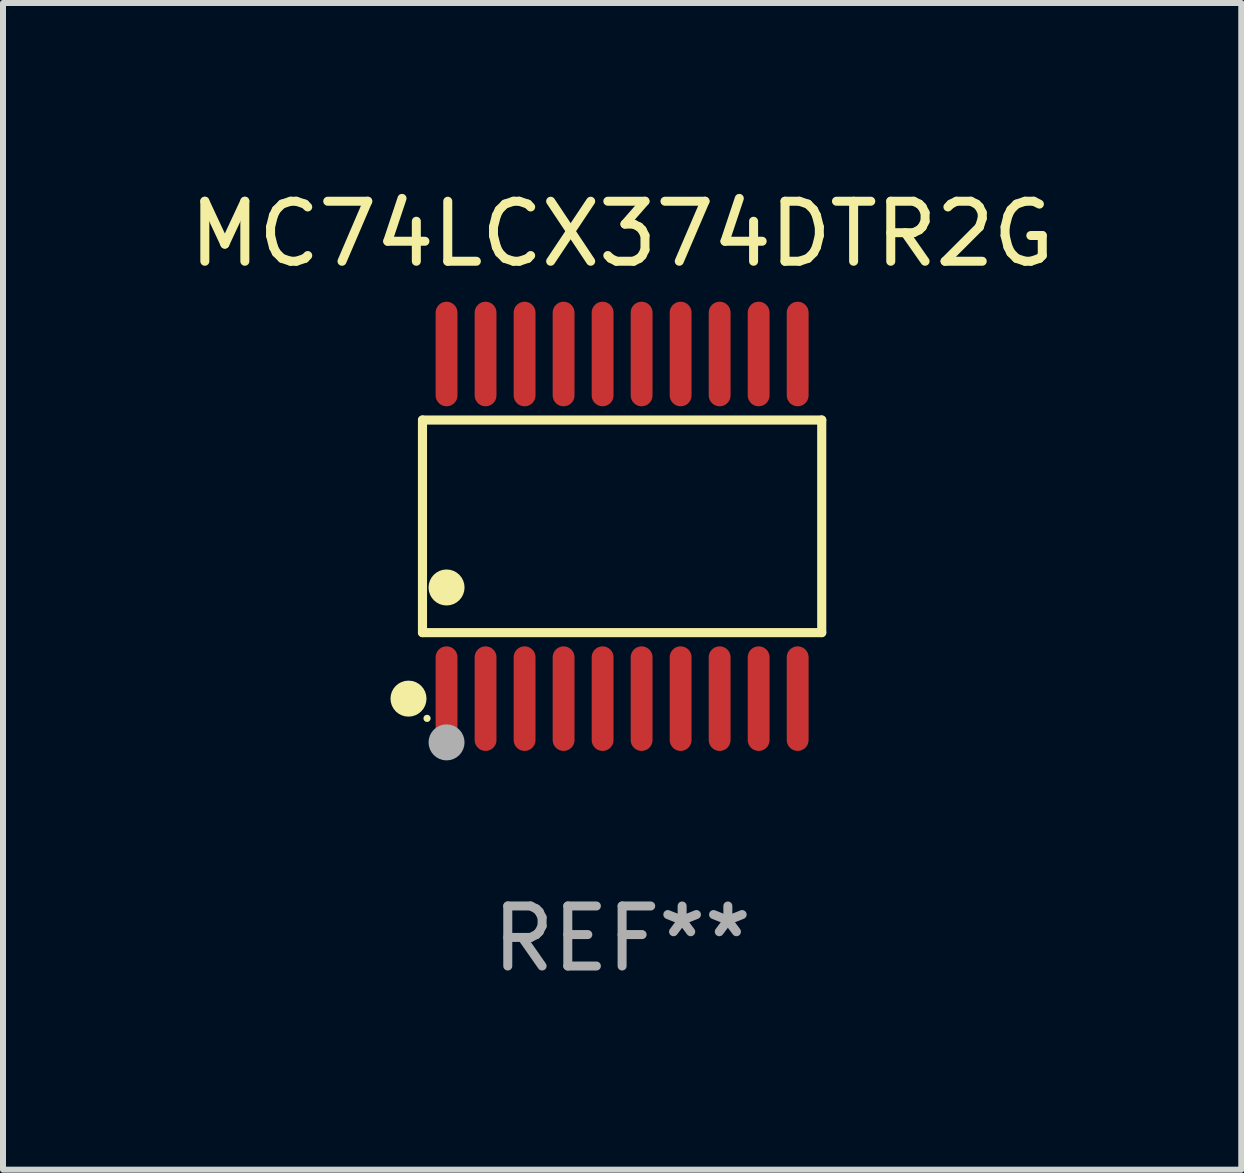
<source format=kicad_pcb>
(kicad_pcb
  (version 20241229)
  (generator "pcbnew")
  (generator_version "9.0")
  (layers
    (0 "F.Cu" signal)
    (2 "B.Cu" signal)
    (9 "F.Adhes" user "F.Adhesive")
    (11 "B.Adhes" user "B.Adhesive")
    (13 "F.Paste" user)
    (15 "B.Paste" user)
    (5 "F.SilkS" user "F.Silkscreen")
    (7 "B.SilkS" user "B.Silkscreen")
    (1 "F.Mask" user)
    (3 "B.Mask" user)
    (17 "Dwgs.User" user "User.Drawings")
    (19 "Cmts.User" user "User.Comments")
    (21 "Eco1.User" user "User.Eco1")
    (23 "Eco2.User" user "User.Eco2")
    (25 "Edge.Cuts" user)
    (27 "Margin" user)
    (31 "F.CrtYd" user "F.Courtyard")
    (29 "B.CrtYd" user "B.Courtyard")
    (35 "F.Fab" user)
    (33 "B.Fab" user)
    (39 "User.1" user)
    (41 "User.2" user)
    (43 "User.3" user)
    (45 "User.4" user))
  (footprint "MC74LCX374DTR2G"
    (layer "F.Cu")
    (at 7.315 5.719)
    (property "Reference" "MC74LCX374DTR2G" (at 0 -4.871 0) (layer "F.SilkS") (effects (font (size 1 1) (thickness 0.15))))
    (attr through_hole)
    (fp_line (start -3.326 -1.771) (end 3.326 -1.771) (stroke (width 0.152) (type solid)) (layer "F.SilkS"))
    (fp_line (start -3.326 1.771) (end -3.326 -1.771) (stroke (width 0.152) (type solid)) (layer "F.SilkS"))
    (fp_line (start 3.326 -1.771) (end 3.326 1.771) (stroke (width 0.152) (type solid)) (layer "F.SilkS"))
    (fp_line (start 3.326 1.771) (end -3.326 1.771) (stroke (width 0.152) (type solid)) (layer "F.SilkS"))
    (fp_circle (center -3.559 2.871) (end -3.409 2.871) (stroke (width 0.3) (type solid)) (fill no) (layer "F.SilkS"))
    (fp_circle (center -3.25 3.2) (end -3.22 3.2) (stroke (width 0.06) (type solid)) (fill no) (layer "F.SilkS"))
    (fp_circle (center -2.925 1.019) (end -2.775 1.019) (stroke (width 0.3) (type solid)) (fill no) (layer "F.SilkS"))
    (fp_circle (center -2.925 3.6) (end -2.775 3.6) (stroke (width 0.3) (type solid)) (fill no) (layer "F.Fab"))
    (fp_text user "REF**" (at 0 6.871 0) (layer "F.Fab") (effects (font (size 1 1) (thickness 0.15))))
    (pad "1" smd oval (at -2.925 2.871) (size 0.364 1.742) (layers "F.Cu" "F.Mask" "F.Paste"))
    (pad "2" smd oval (at -2.275 2.871) (size 0.364 1.742) (layers "F.Cu" "F.Mask" "F.Paste"))
    (pad "3" smd oval (at -1.625 2.871) (size 0.364 1.742) (layers "F.Cu" "F.Mask" "F.Paste"))
    (pad "4" smd oval (at -0.975 2.871) (size 0.364 1.742) (layers "F.Cu" "F.Mask" "F.Paste"))
    (pad "5" smd oval (at -0.325 2.871) (size 0.364 1.742) (layers "F.Cu" "F.Mask" "F.Paste"))
    (pad "6" smd oval (at 0.325 2.871) (size 0.364 1.742) (layers "F.Cu" "F.Mask" "F.Paste"))
    (pad "7" smd oval (at 0.975 2.871) (size 0.364 1.742) (layers "F.Cu" "F.Mask" "F.Paste"))
    (pad "8" smd oval (at 1.625 2.871) (size 0.364 1.742) (layers "F.Cu" "F.Mask" "F.Paste"))
    (pad "9" smd oval (at 2.275 2.871) (size 0.364 1.742) (layers "F.Cu" "F.Mask" "F.Paste"))
    (pad "10" smd oval (at 2.925 2.871) (size 0.364 1.742) (layers "F.Cu" "F.Mask" "F.Paste"))
    (pad "11" smd oval (at 2.925 -2.871) (size 0.364 1.742) (layers "F.Cu" "F.Mask" "F.Paste"))
    (pad "12" smd oval (at 2.275 -2.871) (size 0.364 1.742) (layers "F.Cu" "F.Mask" "F.Paste"))
    (pad "13" smd oval (at 1.625 -2.871) (size 0.364 1.742) (layers "F.Cu" "F.Mask" "F.Paste"))
    (pad "14" smd oval (at 0.975 -2.871) (size 0.364 1.742) (layers "F.Cu" "F.Mask" "F.Paste"))
    (pad "15" smd oval (at 0.325 -2.871) (size 0.364 1.742) (layers "F.Cu" "F.Mask" "F.Paste"))
    (pad "16" smd oval (at -0.325 -2.871) (size 0.364 1.742) (layers "F.Cu" "F.Mask" "F.Paste"))
    (pad "17" smd oval (at -0.975 -2.871) (size 0.364 1.742) (layers "F.Cu" "F.Mask" "F.Paste"))
    (pad "18" smd oval (at -1.625 -2.871) (size 0.364 1.742) (layers "F.Cu" "F.Mask" "F.Paste"))
    (pad "19" smd oval (at -2.275 -2.871) (size 0.364 1.742) (layers "F.Cu" "F.Mask" "F.Paste"))
    (pad "20" smd oval (at -2.925 -2.871) (size 0.364 1.742) (layers "F.Cu" "F.Mask" "F.Paste")))
  (gr_rect
    (start -3 -3)
    (end 17.631 16.438)
    (stroke (width 0.1) (type default))
    (fill no)
    (layer "Edge.Cuts")))
</source>
